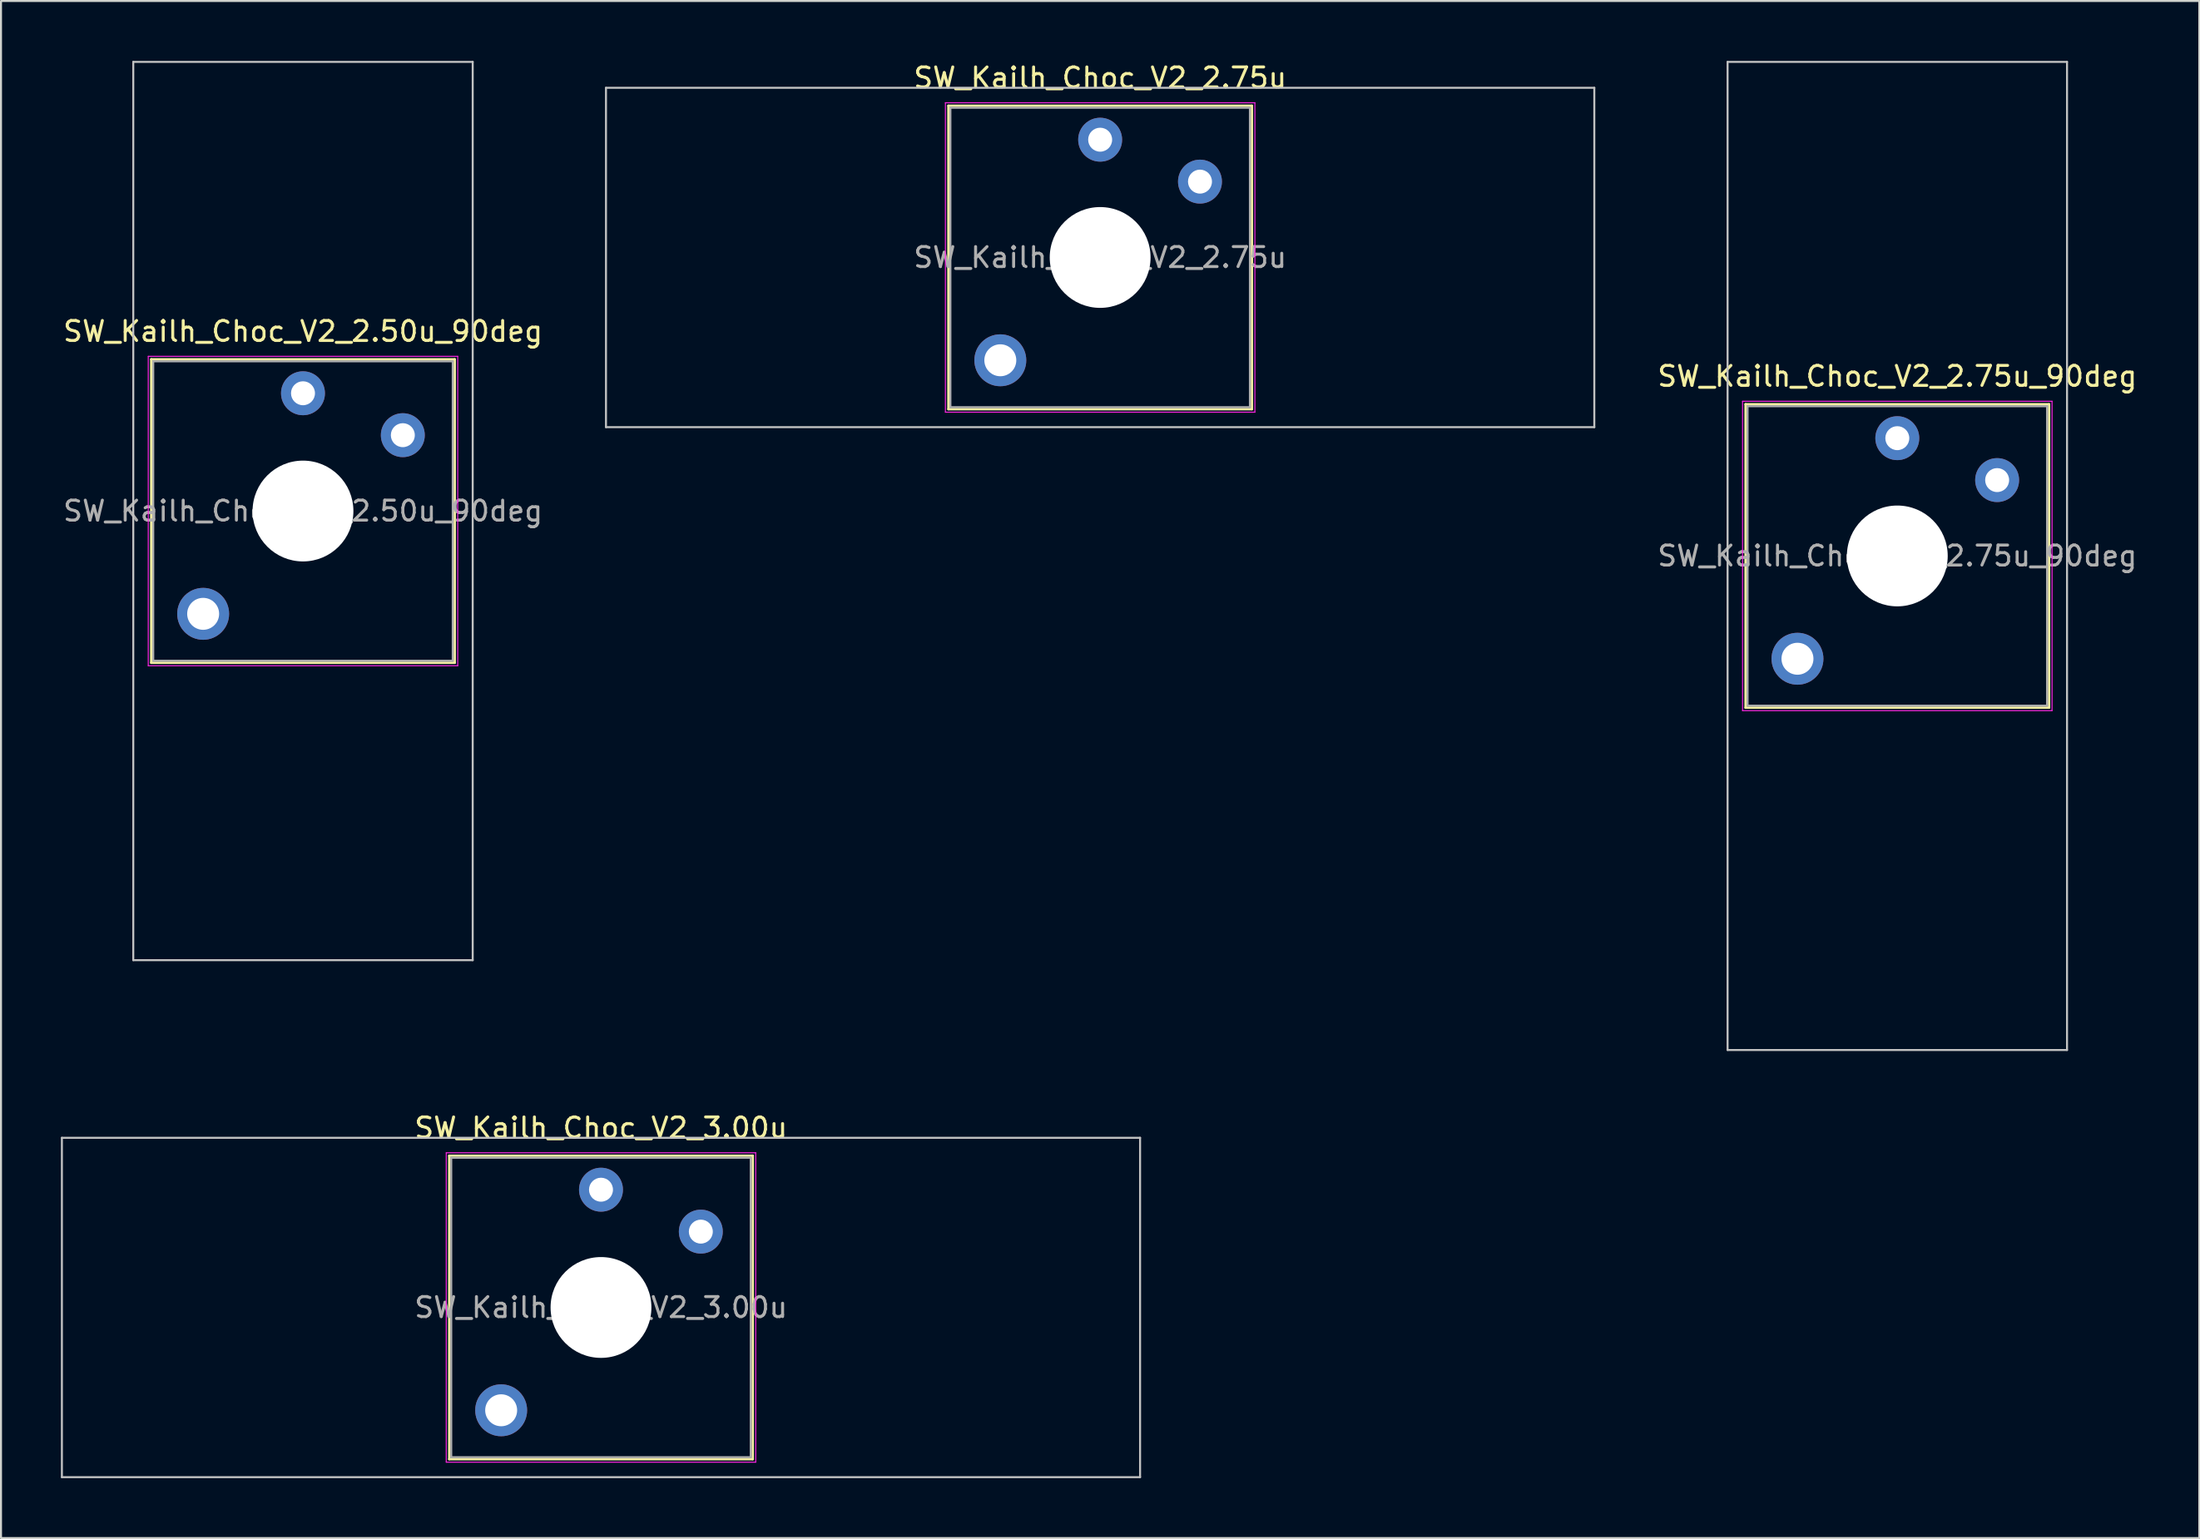
<source format=kicad_pcb>
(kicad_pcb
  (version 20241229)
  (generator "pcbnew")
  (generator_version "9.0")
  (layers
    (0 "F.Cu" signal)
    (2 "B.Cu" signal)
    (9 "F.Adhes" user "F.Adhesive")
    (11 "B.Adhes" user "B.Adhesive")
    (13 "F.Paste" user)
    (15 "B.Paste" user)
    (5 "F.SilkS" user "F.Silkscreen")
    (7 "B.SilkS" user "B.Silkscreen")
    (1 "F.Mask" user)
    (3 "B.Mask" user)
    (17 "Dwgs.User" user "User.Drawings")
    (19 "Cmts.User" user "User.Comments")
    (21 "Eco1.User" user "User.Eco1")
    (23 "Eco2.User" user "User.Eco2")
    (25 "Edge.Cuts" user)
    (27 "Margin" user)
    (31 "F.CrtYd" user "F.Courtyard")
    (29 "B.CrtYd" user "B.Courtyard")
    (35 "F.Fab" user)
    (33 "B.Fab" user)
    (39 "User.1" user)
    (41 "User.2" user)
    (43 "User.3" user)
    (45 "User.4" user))
  (footprint "SW_Kailh_Choc_V2_2.50u_90deg"
    (layer "F.Cu")
    (at 12.125 22.55)
    (property "Reference" "SW_Kailh_Choc_V2_2.50u_90deg" (at 0 -9 0) (layer "F.SilkS") (effects (font (size 1 1) (thickness 0.15))))
    (attr through_hole)
    (fp_line (start -7.6 -7.6) (end -7.6 7.6) (stroke (width 0.12) (type solid)) (layer "F.SilkS"))
    (fp_line (start -7.6 7.6) (end 7.6 7.6) (stroke (width 0.12) (type solid)) (layer "F.SilkS"))
    (fp_line (start 7.6 -7.6) (end -7.6 -7.6) (stroke (width 0.12) (type solid)) (layer "F.SilkS"))
    (fp_line (start 7.6 7.6) (end 7.6 -7.6) (stroke (width 0.12) (type solid)) (layer "F.SilkS"))
    (fp_line (start -8.5 -22.5) (end 8.5 -22.5) (stroke (width 0.1) (type solid)) (layer "Dwgs.User"))
    (fp_line (start -8.5 22.5) (end -8.5 -22.5) (stroke (width 0.1) (type solid)) (layer "Dwgs.User"))
    (fp_line (start 8.5 -22.5) (end 8.5 22.5) (stroke (width 0.1) (type solid)) (layer "Dwgs.User"))
    (fp_line (start 8.5 22.5) (end -8.5 22.5) (stroke (width 0.1) (type solid)) (layer "Dwgs.User"))
    (fp_line (start -7.25 -7.25) (end -7.25 7.25) (stroke (width 0.1) (type solid)) (layer "Eco1.User"))
    (fp_line (start -7.25 7.25) (end 7.25 7.25) (stroke (width 0.1) (type solid)) (layer "Eco1.User"))
    (fp_line (start 7.25 -7.25) (end -7.25 -7.25) (stroke (width 0.1) (type solid)) (layer "Eco1.User"))
    (fp_line (start 7.25 7.25) (end 7.25 -7.25) (stroke (width 0.1) (type solid)) (layer "Eco1.User"))
    (fp_line (start -7.75 -7.75) (end -7.75 7.75) (stroke (width 0.05) (type solid)) (layer "F.CrtYd"))
    (fp_line (start -7.75 7.75) (end 7.75 7.75) (stroke (width 0.05) (type solid)) (layer "F.CrtYd"))
    (fp_line (start 7.75 -7.75) (end -7.75 -7.75) (stroke (width 0.05) (type solid)) (layer "F.CrtYd"))
    (fp_line (start 7.75 7.75) (end 7.75 -7.75) (stroke (width 0.05) (type solid)) (layer "F.CrtYd"))
    (fp_line (start -7.5 -7.5) (end -7.5 7.5) (stroke (width 0.1) (type solid)) (layer "F.Fab"))
    (fp_line (start -7.5 7.5) (end 7.5 7.5) (stroke (width 0.1) (type solid)) (layer "F.Fab"))
    (fp_line (start 7.5 -7.5) (end -7.5 -7.5) (stroke (width 0.1) (type solid)) (layer "F.Fab"))
    (fp_line (start 7.5 7.5) (end 7.5 -7.5) (stroke (width 0.1) (type solid)) (layer "F.Fab"))
    (fp_text user "${REFERENCE}" (at 0 0 0) (layer "F.Fab") (effects (font (size 1 1) (thickness 0.15))))
    (pad "" smd circle (at -5 5.15) (size 1.65 1.65) (layers "F.Mask"))
    (pad "" thru_hole circle (at -5 5.15) (size 2.6 2.6) (drill 1.6) (layers "*.Cu" "B.Mask"))
    (pad "" smd circle (at 0 -5.9) (size 1.25 1.25) (layers "F.Mask"))
    (pad "" np_thru_hole circle (at 0 0) (size 5.05 5.05) (drill 5.05) (layers "*.Cu" "*.Mask"))
    (pad "" smd circle (at 5 -3.8) (size 1.25 1.25) (layers "F.Mask"))
    (pad "1" thru_hole circle (at 0 -5.9) (size 2.2 2.2) (drill 1.2) (layers "*.Cu" "B.Mask"))
    (pad "2" thru_hole circle (at 5 -3.8) (size 2.2 2.2) (drill 1.2) (layers "*.Cu" "B.Mask")))
  (footprint "SW_Kailh_Choc_V2_3.00u"
    (layer "F.Cu")
    (at 27.05 62.448)
    (property "Reference" "SW_Kailh_Choc_V2_3.00u" (at 0 -9 0) (layer "F.SilkS") (effects (font (size 1 1) (thickness 0.15))))
    (attr through_hole)
    (fp_line (start -7.6 -7.6) (end -7.6 7.6) (stroke (width 0.12) (type solid)) (layer "F.SilkS"))
    (fp_line (start -7.6 7.6) (end 7.6 7.6) (stroke (width 0.12) (type solid)) (layer "F.SilkS"))
    (fp_line (start 7.6 -7.6) (end -7.6 -7.6) (stroke (width 0.12) (type solid)) (layer "F.SilkS"))
    (fp_line (start 7.6 7.6) (end 7.6 -7.6) (stroke (width 0.12) (type solid)) (layer "F.SilkS"))
    (fp_line (start -27 -8.5) (end -27 8.5) (stroke (width 0.1) (type solid)) (layer "Dwgs.User"))
    (fp_line (start -27 8.5) (end 27 8.5) (stroke (width 0.1) (type solid)) (layer "Dwgs.User"))
    (fp_line (start 27 -8.5) (end -27 -8.5) (stroke (width 0.1) (type solid)) (layer "Dwgs.User"))
    (fp_line (start 27 8.5) (end 27 -8.5) (stroke (width 0.1) (type solid)) (layer "Dwgs.User"))
    (fp_line (start -7.25 -7.25) (end -7.25 7.25) (stroke (width 0.1) (type solid)) (layer "Eco1.User"))
    (fp_line (start -7.25 7.25) (end 7.25 7.25) (stroke (width 0.1) (type solid)) (layer "Eco1.User"))
    (fp_line (start 7.25 -7.25) (end -7.25 -7.25) (stroke (width 0.1) (type solid)) (layer "Eco1.User"))
    (fp_line (start 7.25 7.25) (end 7.25 -7.25) (stroke (width 0.1) (type solid)) (layer "Eco1.User"))
    (fp_line (start -7.75 -7.75) (end -7.75 7.75) (stroke (width 0.05) (type solid)) (layer "F.CrtYd"))
    (fp_line (start -7.75 7.75) (end 7.75 7.75) (stroke (width 0.05) (type solid)) (layer "F.CrtYd"))
    (fp_line (start 7.75 -7.75) (end -7.75 -7.75) (stroke (width 0.05) (type solid)) (layer "F.CrtYd"))
    (fp_line (start 7.75 7.75) (end 7.75 -7.75) (stroke (width 0.05) (type solid)) (layer "F.CrtYd"))
    (fp_line (start -7.5 -7.5) (end -7.5 7.5) (stroke (width 0.1) (type solid)) (layer "F.Fab"))
    (fp_line (start -7.5 7.5) (end 7.5 7.5) (stroke (width 0.1) (type solid)) (layer "F.Fab"))
    (fp_line (start 7.5 -7.5) (end -7.5 -7.5) (stroke (width 0.1) (type solid)) (layer "F.Fab"))
    (fp_line (start 7.5 7.5) (end 7.5 -7.5) (stroke (width 0.1) (type solid)) (layer "F.Fab"))
    (fp_text user "${REFERENCE}" (at 0 0 0) (layer "F.Fab") (effects (font (size 1 1) (thickness 0.15))))
    (pad "" smd circle (at -5 5.15) (size 1.65 1.65) (layers "F.Mask"))
    (pad "" thru_hole circle (at -5 5.15) (size 2.6 2.6) (drill 1.6) (layers "*.Cu" "B.Mask"))
    (pad "" smd circle (at 0 -5.9) (size 1.25 1.25) (layers "F.Mask"))
    (pad "" np_thru_hole circle (at 0 0) (size 5.05 5.05) (drill 5.05) (layers "*.Cu" "*.Mask"))
    (pad "" smd circle (at 5 -3.8) (size 1.25 1.25) (layers "F.Mask"))
    (pad "1" thru_hole circle (at 0 -5.9) (size 2.2 2.2) (drill 1.2) (layers "*.Cu" "B.Mask"))
    (pad "2" thru_hole circle (at 5 -3.8) (size 2.2 2.2) (drill 1.2) (layers "*.Cu" "B.Mask")))
  (footprint "SW_Kailh_Choc_V2_2.75u"
    (layer "F.Cu")
    (at 52.05 9.848)
    (property "Reference" "SW_Kailh_Choc_V2_2.75u" (at 0 -9 0) (layer "F.SilkS") (effects (font (size 1 1) (thickness 0.15))))
    (attr through_hole)
    (fp_line (start -7.6 -7.6) (end -7.6 7.6) (stroke (width 0.12) (type solid)) (layer "F.SilkS"))
    (fp_line (start -7.6 7.6) (end 7.6 7.6) (stroke (width 0.12) (type solid)) (layer "F.SilkS"))
    (fp_line (start 7.6 -7.6) (end -7.6 -7.6) (stroke (width 0.12) (type solid)) (layer "F.SilkS"))
    (fp_line (start 7.6 7.6) (end 7.6 -7.6) (stroke (width 0.12) (type solid)) (layer "F.SilkS"))
    (fp_line (start -24.75 -8.5) (end -24.75 8.5) (stroke (width 0.1) (type solid)) (layer "Dwgs.User"))
    (fp_line (start -24.75 8.5) (end 24.75 8.5) (stroke (width 0.1) (type solid)) (layer "Dwgs.User"))
    (fp_line (start 24.75 -8.5) (end -24.75 -8.5) (stroke (width 0.1) (type solid)) (layer "Dwgs.User"))
    (fp_line (start 24.75 8.5) (end 24.75 -8.5) (stroke (width 0.1) (type solid)) (layer "Dwgs.User"))
    (fp_line (start -7.25 -7.25) (end -7.25 7.25) (stroke (width 0.1) (type solid)) (layer "Eco1.User"))
    (fp_line (start -7.25 7.25) (end 7.25 7.25) (stroke (width 0.1) (type solid)) (layer "Eco1.User"))
    (fp_line (start 7.25 -7.25) (end -7.25 -7.25) (stroke (width 0.1) (type solid)) (layer "Eco1.User"))
    (fp_line (start 7.25 7.25) (end 7.25 -7.25) (stroke (width 0.1) (type solid)) (layer "Eco1.User"))
    (fp_line (start -7.75 -7.75) (end -7.75 7.75) (stroke (width 0.05) (type solid)) (layer "F.CrtYd"))
    (fp_line (start -7.75 7.75) (end 7.75 7.75) (stroke (width 0.05) (type solid)) (layer "F.CrtYd"))
    (fp_line (start 7.75 -7.75) (end -7.75 -7.75) (stroke (width 0.05) (type solid)) (layer "F.CrtYd"))
    (fp_line (start 7.75 7.75) (end 7.75 -7.75) (stroke (width 0.05) (type solid)) (layer "F.CrtYd"))
    (fp_line (start -7.5 -7.5) (end -7.5 7.5) (stroke (width 0.1) (type solid)) (layer "F.Fab"))
    (fp_line (start -7.5 7.5) (end 7.5 7.5) (stroke (width 0.1) (type solid)) (layer "F.Fab"))
    (fp_line (start 7.5 -7.5) (end -7.5 -7.5) (stroke (width 0.1) (type solid)) (layer "F.Fab"))
    (fp_line (start 7.5 7.5) (end 7.5 -7.5) (stroke (width 0.1) (type solid)) (layer "F.Fab"))
    (fp_text user "${REFERENCE}" (at 0 0 0) (layer "F.Fab") (effects (font (size 1 1) (thickness 0.15))))
    (pad "" smd circle (at -5 5.15) (size 1.65 1.65) (layers "F.Mask"))
    (pad "" thru_hole circle (at -5 5.15) (size 2.6 2.6) (drill 1.6) (layers "*.Cu" "B.Mask"))
    (pad "" smd circle (at 0 -5.9) (size 1.25 1.25) (layers "F.Mask"))
    (pad "" np_thru_hole circle (at 0 0) (size 5.05 5.05) (drill 5.05) (layers "*.Cu" "*.Mask"))
    (pad "" smd circle (at 5 -3.8) (size 1.25 1.25) (layers "F.Mask"))
    (pad "1" thru_hole circle (at 0 -5.9) (size 2.2 2.2) (drill 1.2) (layers "*.Cu" "B.Mask"))
    (pad "2" thru_hole circle (at 5 -3.8) (size 2.2 2.2) (drill 1.2) (layers "*.Cu" "B.Mask")))
  (footprint "SW_Kailh_Choc_V2_2.75u_90deg"
    (layer "F.Cu")
    (at 91.975 24.8)
    (property "Reference" "SW_Kailh_Choc_V2_2.75u_90deg" (at 0 -9 0) (layer "F.SilkS") (effects (font (size 1 1) (thickness 0.15))))
    (attr through_hole)
    (fp_line (start -7.6 -7.6) (end -7.6 7.6) (stroke (width 0.12) (type solid)) (layer "F.SilkS"))
    (fp_line (start -7.6 7.6) (end 7.6 7.6) (stroke (width 0.12) (type solid)) (layer "F.SilkS"))
    (fp_line (start 7.6 -7.6) (end -7.6 -7.6) (stroke (width 0.12) (type solid)) (layer "F.SilkS"))
    (fp_line (start 7.6 7.6) (end 7.6 -7.6) (stroke (width 0.12) (type solid)) (layer "F.SilkS"))
    (fp_line (start -8.5 -24.75) (end 8.5 -24.75) (stroke (width 0.1) (type solid)) (layer "Dwgs.User"))
    (fp_line (start -8.5 24.75) (end -8.5 -24.75) (stroke (width 0.1) (type solid)) (layer "Dwgs.User"))
    (fp_line (start 8.5 -24.75) (end 8.5 24.75) (stroke (width 0.1) (type solid)) (layer "Dwgs.User"))
    (fp_line (start 8.5 24.75) (end -8.5 24.75) (stroke (width 0.1) (type solid)) (layer "Dwgs.User"))
    (fp_line (start -7.25 -7.25) (end -7.25 7.25) (stroke (width 0.1) (type solid)) (layer "Eco1.User"))
    (fp_line (start -7.25 7.25) (end 7.25 7.25) (stroke (width 0.1) (type solid)) (layer "Eco1.User"))
    (fp_line (start 7.25 -7.25) (end -7.25 -7.25) (stroke (width 0.1) (type solid)) (layer "Eco1.User"))
    (fp_line (start 7.25 7.25) (end 7.25 -7.25) (stroke (width 0.1) (type solid)) (layer "Eco1.User"))
    (fp_line (start -7.75 -7.75) (end -7.75 7.75) (stroke (width 0.05) (type solid)) (layer "F.CrtYd"))
    (fp_line (start -7.75 7.75) (end 7.75 7.75) (stroke (width 0.05) (type solid)) (layer "F.CrtYd"))
    (fp_line (start 7.75 -7.75) (end -7.75 -7.75) (stroke (width 0.05) (type solid)) (layer "F.CrtYd"))
    (fp_line (start 7.75 7.75) (end 7.75 -7.75) (stroke (width 0.05) (type solid)) (layer "F.CrtYd"))
    (fp_line (start -7.5 -7.5) (end -7.5 7.5) (stroke (width 0.1) (type solid)) (layer "F.Fab"))
    (fp_line (start -7.5 7.5) (end 7.5 7.5) (stroke (width 0.1) (type solid)) (layer "F.Fab"))
    (fp_line (start 7.5 -7.5) (end -7.5 -7.5) (stroke (width 0.1) (type solid)) (layer "F.Fab"))
    (fp_line (start 7.5 7.5) (end 7.5 -7.5) (stroke (width 0.1) (type solid)) (layer "F.Fab"))
    (fp_text user "${REFERENCE}" (at 0 0 0) (layer "F.Fab") (effects (font (size 1 1) (thickness 0.15))))
    (pad "" smd circle (at -5 5.15) (size 1.65 1.65) (layers "F.Mask"))
    (pad "" thru_hole circle (at -5 5.15) (size 2.6 2.6) (drill 1.6) (layers "*.Cu" "B.Mask"))
    (pad "" smd circle (at 0 -5.9) (size 1.25 1.25) (layers "F.Mask"))
    (pad "" np_thru_hole circle (at 0 0) (size 5.05 5.05) (drill 5.05) (layers "*.Cu" "*.Mask"))
    (pad "" smd circle (at 5 -3.8) (size 1.25 1.25) (layers "F.Mask"))
    (pad "1" thru_hole circle (at 0 -5.9) (size 2.2 2.2) (drill 1.2) (layers "*.Cu" "B.Mask"))
    (pad "2" thru_hole circle (at 5 -3.8) (size 2.2 2.2) (drill 1.2) (layers "*.Cu" "B.Mask")))
  (gr_rect
    (start -3 -3)
    (end 107.1 73.998)
    (stroke (width 0.1) (type default))
    (fill no)
    (layer "Edge.Cuts")))
</source>
